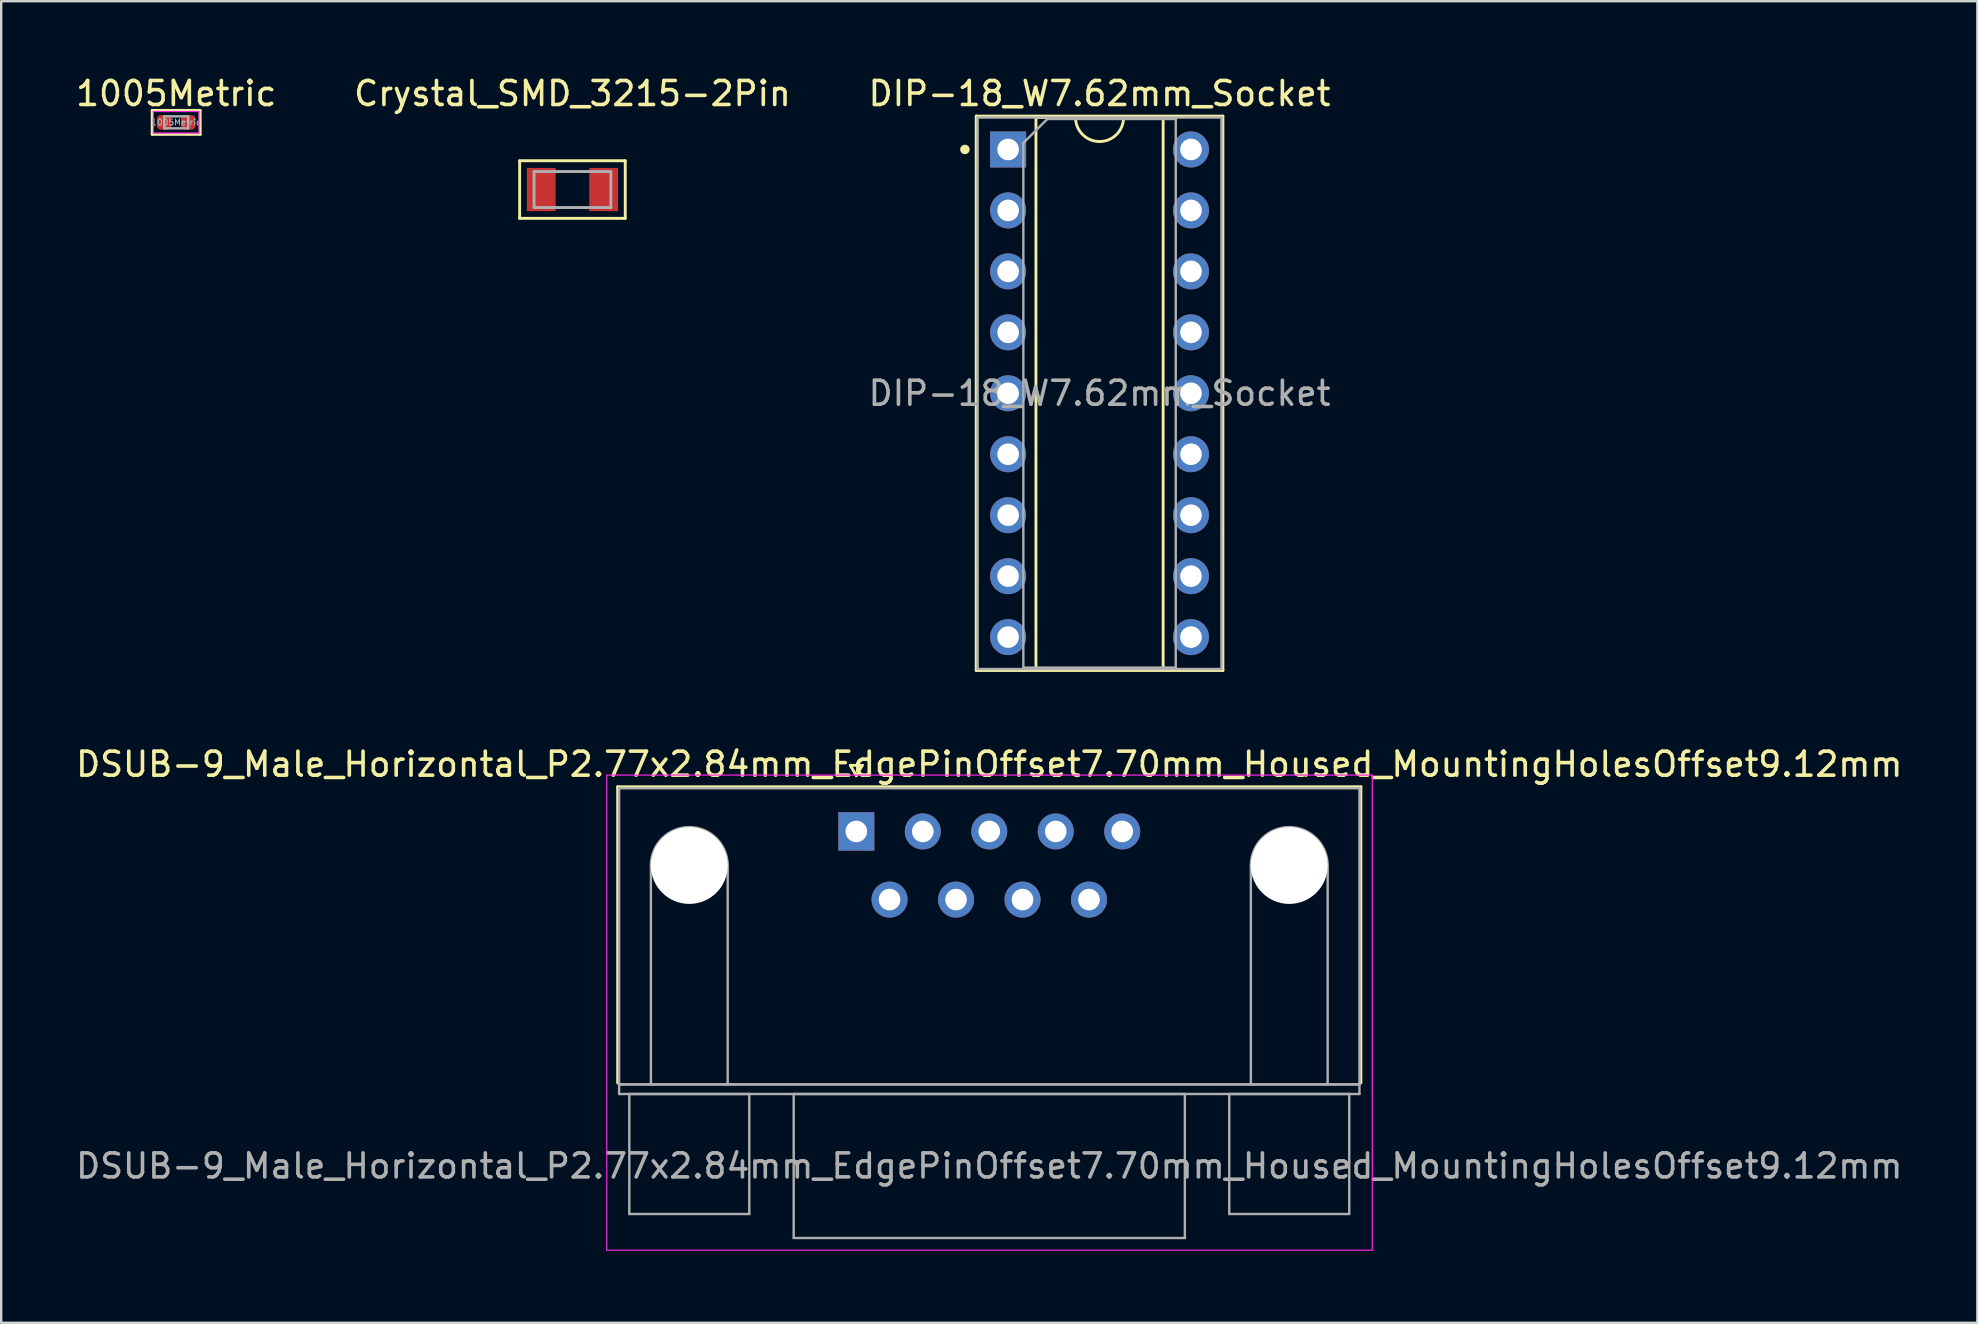
<source format=kicad_pcb>
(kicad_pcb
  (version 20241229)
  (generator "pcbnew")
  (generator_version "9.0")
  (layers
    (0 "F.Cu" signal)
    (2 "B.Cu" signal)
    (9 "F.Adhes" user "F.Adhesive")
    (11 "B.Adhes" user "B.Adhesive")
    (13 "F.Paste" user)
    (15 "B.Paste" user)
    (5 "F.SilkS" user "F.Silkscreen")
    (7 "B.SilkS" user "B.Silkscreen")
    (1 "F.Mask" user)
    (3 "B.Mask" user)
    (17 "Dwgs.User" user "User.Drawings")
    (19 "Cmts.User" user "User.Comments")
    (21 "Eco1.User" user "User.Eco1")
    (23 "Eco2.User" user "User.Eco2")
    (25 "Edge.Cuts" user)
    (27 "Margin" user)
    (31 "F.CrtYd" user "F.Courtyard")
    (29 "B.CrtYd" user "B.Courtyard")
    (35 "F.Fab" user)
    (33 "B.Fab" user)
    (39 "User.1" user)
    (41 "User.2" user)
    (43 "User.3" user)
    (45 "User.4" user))
  (footprint "Crystal_SMD_3215-2Pin"
    (layer "F.Cu")
    (at 20.804 4.848)
    (property "Reference" "Crystal_SMD_3215-2Pin" (at 0 -4 0) (layer "F.SilkS") (effects (font (size 1 1) (thickness 0.15))))
    (attr through_hole)
    (fp_line (start -2.2 -1.2) (end 2.2 -1.2) (stroke (width 0.12) (type solid)) (layer "F.SilkS"))
    (fp_line (start -2.2 1.2) (end -2.2 -1.2) (stroke (width 0.12) (type solid)) (layer "F.SilkS"))
    (fp_line (start 2.2 -1.2) (end 2.2 1.2) (stroke (width 0.12) (type solid)) (layer "F.SilkS"))
    (fp_line (start 2.2 1.2) (end -2.2 1.2) (stroke (width 0.12) (type solid)) (layer "F.SilkS"))
    (fp_line (start -1.6 -0.75) (end 1.6 -0.75) (stroke (width 0.12) (type solid)) (layer "F.Fab"))
    (fp_line (start -1.6 0.75) (end -1.6 -0.75) (stroke (width 0.12) (type solid)) (layer "F.Fab"))
    (fp_line (start 1.6 -0.75) (end 1.6 0.75) (stroke (width 0.12) (type solid)) (layer "F.Fab"))
    (fp_line (start 1.6 0.75) (end -1.6 0.75) (stroke (width 0.12) (type solid)) (layer "F.Fab"))
    (pad "1" smd rect (at -1.3 0) (size 1.2 1.8) (layers "F.Cu" "F.Mask" "F.Paste"))
    (pad "2" smd rect (at 1.3 0) (size 1.2 1.8) (layers "F.Cu" "F.Mask" "F.Paste")))
  (footprint "1005Metric"
    (layer "F.Cu")
    (at 4.292 2.048)
    (property "Reference" "1005Metric" (at 0 -1.2 0) (layer "F.SilkS") (effects (font (size 1 1) (thickness 0.15))))
    (attr smd)
    (fp_line (start -1 -0.5) (end 1 -0.5) (stroke (width 0.12) (type solid)) (layer "F.SilkS"))
    (fp_line (start -1 0.5) (end -1 -0.5) (stroke (width 0.12) (type solid)) (layer "F.SilkS"))
    (fp_line (start -1 0.5) (end 1 0.5) (stroke (width 0.12) (type solid)) (layer "F.SilkS"))
    (fp_line (start 1 0.5) (end 1 -0.5) (stroke (width 0.12) (type solid)) (layer "F.SilkS"))
    (fp_line (start -0.95 -0.45) (end 0.95 -0.45) (stroke (width 0.05) (type solid)) (layer "F.CrtYd"))
    (fp_line (start -0.95 0.45) (end -0.95 -0.45) (stroke (width 0.05) (type solid)) (layer "F.CrtYd"))
    (fp_line (start 0.95 -0.45) (end 0.95 0.45) (stroke (width 0.05) (type solid)) (layer "F.CrtYd"))
    (fp_line (start 0.95 0.45) (end -0.95 0.45) (stroke (width 0.05) (type solid)) (layer "F.CrtYd"))
    (fp_line (start -0.5 -0.25) (end 0.5 -0.25) (stroke (width 0.1) (type solid)) (layer "F.Fab"))
    (fp_line (start -0.5 0.25) (end -0.5 -0.25) (stroke (width 0.1) (type solid)) (layer "F.Fab"))
    (fp_line (start 0.5 -0.25) (end 0.5 0.25) (stroke (width 0.1) (type solid)) (layer "F.Fab"))
    (fp_line (start 0.5 0.25) (end -0.5 0.25) (stroke (width 0.1) (type solid)) (layer "F.Fab"))
    (fp_text user "${REFERENCE}" (at 0 0 0) (layer "F.Fab") (effects (font (size 0.25 0.25) (thickness 0.04))))
    (pad "1" smd roundrect (at -0.5 0) (size 0.6 0.6) (layers "F.Cu" "F.Mask" "F.Paste") (roundrect_rratio 0.25))
    (pad "2" smd roundrect (at 0.5 0) (size 0.6 0.6) (layers "F.Cu" "F.Mask" "F.Paste") (roundrect_rratio 0.25)))
  (footprint "DIP-18_W7.62mm_Socket"
    (layer "F.Cu")
    (at 38.958 3.178)
    (property "Reference" "DIP-18_W7.62mm_Socket" (at 3.81 -2.33 0) (layer "F.SilkS") (effects (font (size 1 1) (thickness 0.15))))
    (attr through_hole)
    (fp_line (start -1.33 -1.39) (end -1.33 21.71) (stroke (width 0.12) (type solid)) (layer "F.SilkS"))
    (fp_line (start -1.33 21.71) (end 8.95 21.71) (stroke (width 0.12) (type solid)) (layer "F.SilkS"))
    (fp_line (start 1.16 -1.33) (end 1.16 21.65) (stroke (width 0.12) (type solid)) (layer "F.SilkS"))
    (fp_line (start 1.16 21.65) (end 6.46 21.65) (stroke (width 0.12) (type solid)) (layer "F.SilkS"))
    (fp_line (start 2.81 -1.33) (end 1.16 -1.33) (stroke (width 0.12) (type solid)) (layer "F.SilkS"))
    (fp_line (start 6.46 -1.33) (end 4.81 -1.33) (stroke (width 0.12) (type solid)) (layer "F.SilkS"))
    (fp_line (start 6.46 21.65) (end 6.46 -1.33) (stroke (width 0.12) (type solid)) (layer "F.SilkS"))
    (fp_line (start 8.95 -1.39) (end -1.33 -1.39) (stroke (width 0.12) (type solid)) (layer "F.SilkS"))
    (fp_line (start 8.95 21.71) (end 8.95 -1.39) (stroke (width 0.12) (type solid)) (layer "F.SilkS"))
    (fp_arc (start 4.81 -1.33) (mid 3.81 -0.33) (end 2.81 -1.33) (stroke (width 0.12) (type solid)) (layer "F.SilkS"))
    (fp_circle (center -1.8 0) (end -1.7 0) (stroke (width 0.2) (type solid)) (fill no) (layer "F.SilkS"))
    (fp_line (start -1.27 -1.33) (end -1.27 21.65) (stroke (width 0.1) (type solid)) (layer "F.Fab"))
    (fp_line (start -1.27 21.65) (end 8.89 21.65) (stroke (width 0.1) (type solid)) (layer "F.Fab"))
    (fp_line (start 0.635 -0.27) (end 1.635 -1.27) (stroke (width 0.1) (type solid)) (layer "F.Fab"))
    (fp_line (start 0.635 21.59) (end 0.635 -0.27) (stroke (width 0.1) (type solid)) (layer "F.Fab"))
    (fp_line (start 1.635 -1.27) (end 6.985 -1.27) (stroke (width 0.1) (type solid)) (layer "F.Fab"))
    (fp_line (start 6.985 -1.27) (end 6.985 21.59) (stroke (width 0.1) (type solid)) (layer "F.Fab"))
    (fp_line (start 6.985 21.59) (end 0.635 21.59) (stroke (width 0.1) (type solid)) (layer "F.Fab"))
    (fp_line (start 8.89 -1.33) (end -1.27 -1.33) (stroke (width 0.1) (type solid)) (layer "F.Fab"))
    (fp_line (start 8.89 21.65) (end 8.89 -1.33) (stroke (width 0.1) (type solid)) (layer "F.Fab"))
    (fp_text user "${REFERENCE}" (at 3.81 10.16 0) (layer "F.Fab") (effects (font (size 1 1) (thickness 0.15))))
    (pad "1" thru_hole rect (at 0 0) (size 1.5 1.5) (drill 0.9) (layers "*.Cu" "*.Mask"))
    (pad "2" thru_hole oval (at 0 2.54) (size 1.5 1.5) (drill 0.9) (layers "*.Cu" "*.Mask"))
    (pad "3" thru_hole oval (at 0 5.08) (size 1.5 1.5) (drill 0.9) (layers "*.Cu" "*.Mask"))
    (pad "4" thru_hole oval (at 0 7.62) (size 1.5 1.5) (drill 0.9) (layers "*.Cu" "*.Mask"))
    (pad "5" thru_hole oval (at 0 10.16) (size 1.5 1.5) (drill 0.9) (layers "*.Cu" "*.Mask"))
    (pad "6" thru_hole oval (at 0 12.7) (size 1.5 1.5) (drill 0.9) (layers "*.Cu" "*.Mask"))
    (pad "7" thru_hole oval (at 0 15.24) (size 1.5 1.5) (drill 0.9) (layers "*.Cu" "*.Mask"))
    (pad "8" thru_hole oval (at 0 17.78) (size 1.5 1.5) (drill 0.9) (layers "*.Cu" "*.Mask"))
    (pad "9" thru_hole oval (at 0 20.32) (size 1.5 1.5) (drill 0.9) (layers "*.Cu" "*.Mask"))
    (pad "10" thru_hole oval (at 7.62 20.32) (size 1.5 1.5) (drill 0.9) (layers "*.Cu" "*.Mask"))
    (pad "11" thru_hole oval (at 7.62 17.78) (size 1.5 1.5) (drill 0.9) (layers "*.Cu" "*.Mask"))
    (pad "12" thru_hole oval (at 7.62 15.24) (size 1.5 1.5) (drill 0.9) (layers "*.Cu" "*.Mask"))
    (pad "13" thru_hole oval (at 7.62 12.7) (size 1.5 1.5) (drill 0.9) (layers "*.Cu" "*.Mask"))
    (pad "14" thru_hole oval (at 7.62 10.16) (size 1.5 1.5) (drill 0.9) (layers "*.Cu" "*.Mask"))
    (pad "15" thru_hole oval (at 7.62 7.62) (size 1.5 1.5) (drill 0.9) (layers "*.Cu" "*.Mask"))
    (pad "16" thru_hole oval (at 7.62 5.08) (size 1.5 1.5) (drill 0.9) (layers "*.Cu" "*.Mask"))
    (pad "17" thru_hole oval (at 7.62 2.54) (size 1.5 1.5) (drill 0.9) (layers "*.Cu" "*.Mask"))
    (pad "18" thru_hole oval (at 7.62 0) (size 1.5 1.5) (drill 0.9) (layers "*.Cu" "*.Mask")))
  (footprint "DSUB-9_Male_Horizontal_P2.77x2.84mm_EdgePinOffset7.70mm_Housed_MountingHolesOffset9.12mm"
    (layer "F.Cu")
    (at 32.633 31.596)
    (property "Reference" "DSUB-9_Male_Horizontal_P2.77x2.84mm_EdgePinOffset7.70mm_Housed_MountingHolesOffset9.12mm" (at 5.54 -2.8 0) (layer "F.SilkS") (effects (font (size 1 1) (thickness 0.15))))
    (attr through_hole)
    (fp_line (start -9.945 -1.86) (end 21.025 -1.86) (stroke (width 0.12) (type solid)) (layer "F.SilkS"))
    (fp_line (start -9.945 10.48) (end -9.945 -1.86) (stroke (width 0.12) (type solid)) (layer "F.SilkS"))
    (fp_line (start -0.25 -2.754) (end 0.25 -2.754) (stroke (width 0.12) (type solid)) (layer "F.SilkS"))
    (fp_line (start 0 -2.321) (end -0.25 -2.754) (stroke (width 0.12) (type solid)) (layer "F.SilkS"))
    (fp_line (start 0.25 -2.754) (end 0 -2.321) (stroke (width 0.12) (type solid)) (layer "F.SilkS"))
    (fp_line (start 21.025 -1.86) (end 21.025 10.48) (stroke (width 0.12) (type solid)) (layer "F.SilkS"))
    (fp_line (start -10.4 -2.35) (end -10.4 17.45) (stroke (width 0.05) (type solid)) (layer "F.CrtYd"))
    (fp_line (start -10.4 17.45) (end 21.5 17.45) (stroke (width 0.05) (type solid)) (layer "F.CrtYd"))
    (fp_line (start 21.5 -2.35) (end -10.4 -2.35) (stroke (width 0.05) (type solid)) (layer "F.CrtYd"))
    (fp_line (start 21.5 17.45) (end 21.5 -2.35) (stroke (width 0.05) (type solid)) (layer "F.CrtYd"))
    (fp_line (start -9.885 -1.8) (end -9.885 10.54) (stroke (width 0.1) (type solid)) (layer "F.Fab"))
    (fp_line (start -9.885 10.54) (end -9.885 10.94) (stroke (width 0.1) (type solid)) (layer "F.Fab"))
    (fp_line (start -9.885 10.54) (end 20.965 10.54) (stroke (width 0.1) (type solid)) (layer "F.Fab"))
    (fp_line (start -9.885 10.94) (end 20.965 10.94) (stroke (width 0.1) (type solid)) (layer "F.Fab"))
    (fp_line (start -9.46 10.94) (end -9.46 15.94) (stroke (width 0.1) (type solid)) (layer "F.Fab"))
    (fp_line (start -9.46 15.94) (end -4.46 15.94) (stroke (width 0.1) (type solid)) (layer "F.Fab"))
    (fp_line (start -8.56 10.54) (end -8.56 1.42) (stroke (width 0.1) (type solid)) (layer "F.Fab"))
    (fp_line (start -5.36 10.54) (end -5.36 1.42) (stroke (width 0.1) (type solid)) (layer "F.Fab"))
    (fp_line (start -4.46 10.94) (end -9.46 10.94) (stroke (width 0.1) (type solid)) (layer "F.Fab"))
    (fp_line (start -4.46 15.94) (end -4.46 10.94) (stroke (width 0.1) (type solid)) (layer "F.Fab"))
    (fp_line (start -2.61 10.94) (end -2.61 16.94) (stroke (width 0.1) (type solid)) (layer "F.Fab"))
    (fp_line (start -2.61 16.94) (end 13.69 16.94) (stroke (width 0.1) (type solid)) (layer "F.Fab"))
    (fp_line (start 13.69 10.94) (end -2.61 10.94) (stroke (width 0.1) (type solid)) (layer "F.Fab"))
    (fp_line (start 13.69 16.94) (end 13.69 10.94) (stroke (width 0.1) (type solid)) (layer "F.Fab"))
    (fp_line (start 15.54 10.94) (end 15.54 15.94) (stroke (width 0.1) (type solid)) (layer "F.Fab"))
    (fp_line (start 15.54 15.94) (end 20.54 15.94) (stroke (width 0.1) (type solid)) (layer "F.Fab"))
    (fp_line (start 16.44 10.54) (end 16.44 1.42) (stroke (width 0.1) (type solid)) (layer "F.Fab"))
    (fp_line (start 19.64 10.54) (end 19.64 1.42) (stroke (width 0.1) (type solid)) (layer "F.Fab"))
    (fp_line (start 20.54 10.94) (end 15.54 10.94) (stroke (width 0.1) (type solid)) (layer "F.Fab"))
    (fp_line (start 20.54 15.94) (end 20.54 10.94) (stroke (width 0.1) (type solid)) (layer "F.Fab"))
    (fp_line (start 20.965 -1.8) (end -9.885 -1.8) (stroke (width 0.1) (type solid)) (layer "F.Fab"))
    (fp_line (start 20.965 10.54) (end -9.885 10.54) (stroke (width 0.1) (type solid)) (layer "F.Fab"))
    (fp_line (start 20.965 10.54) (end 20.965 -1.8) (stroke (width 0.1) (type solid)) (layer "F.Fab"))
    (fp_line (start 20.965 10.94) (end 20.965 10.54) (stroke (width 0.1) (type solid)) (layer "F.Fab"))
    (fp_arc (start -8.56 1.42) (mid -6.96 -0.18) (end -5.36 1.42) (stroke (width 0.1) (type solid)) (layer "F.Fab"))
    (fp_arc (start 16.44 1.42) (mid 18.04 -0.18) (end 19.64 1.42) (stroke (width 0.1) (type solid)) (layer "F.Fab"))
    (fp_text user "${REFERENCE}" (at 5.54 13.94 0) (layer "F.Fab") (effects (font (size 1 1) (thickness 0.15))))
    (pad "" np_thru_hole circle (at -6.96 1.42) (size 3.2 3.2) (drill 3.2) (layers "*.Cu" "*.Mask"))
    (pad "" np_thru_hole circle (at 18.04 1.42) (size 3.2 3.2) (drill 3.2) (layers "*.Cu" "*.Mask"))
    (pad "1" thru_hole rect (at 0 0) (size 1.5 1.6) (drill 0.9) (layers "*.Cu" "*.Mask"))
    (pad "2" thru_hole circle (at 2.77 0) (size 1.5 1.5) (drill 0.9) (layers "*.Cu" "*.Mask"))
    (pad "3" thru_hole circle (at 5.54 0) (size 1.5 1.5) (drill 0.9) (layers "*.Cu" "*.Mask"))
    (pad "4" thru_hole circle (at 8.31 0) (size 1.5 1.5) (drill 0.9) (layers "*.Cu" "*.Mask"))
    (pad "5" thru_hole circle (at 11.08 0) (size 1.5 1.5) (drill 0.9) (layers "*.Cu" "*.Mask"))
    (pad "6" thru_hole circle (at 1.385 2.84) (size 1.5 1.5) (drill 0.9) (layers "*.Cu" "*.Mask"))
    (pad "7" thru_hole circle (at 4.155 2.84) (size 1.5 1.5) (drill 0.9) (layers "*.Cu" "*.Mask"))
    (pad "8" thru_hole circle (at 6.925 2.84) (size 1.5 1.5) (drill 0.9) (layers "*.Cu" "*.Mask"))
    (pad "9" thru_hole circle (at 9.695 2.84) (size 1.5 1.5) (drill 0.9) (layers "*.Cu" "*.Mask")))
  (gr_rect
    (start -3 -3)
    (end 79.345 52.072)
    (stroke (width 0.1) (type default))
    (fill no)
    (layer "Edge.Cuts")))
</source>
